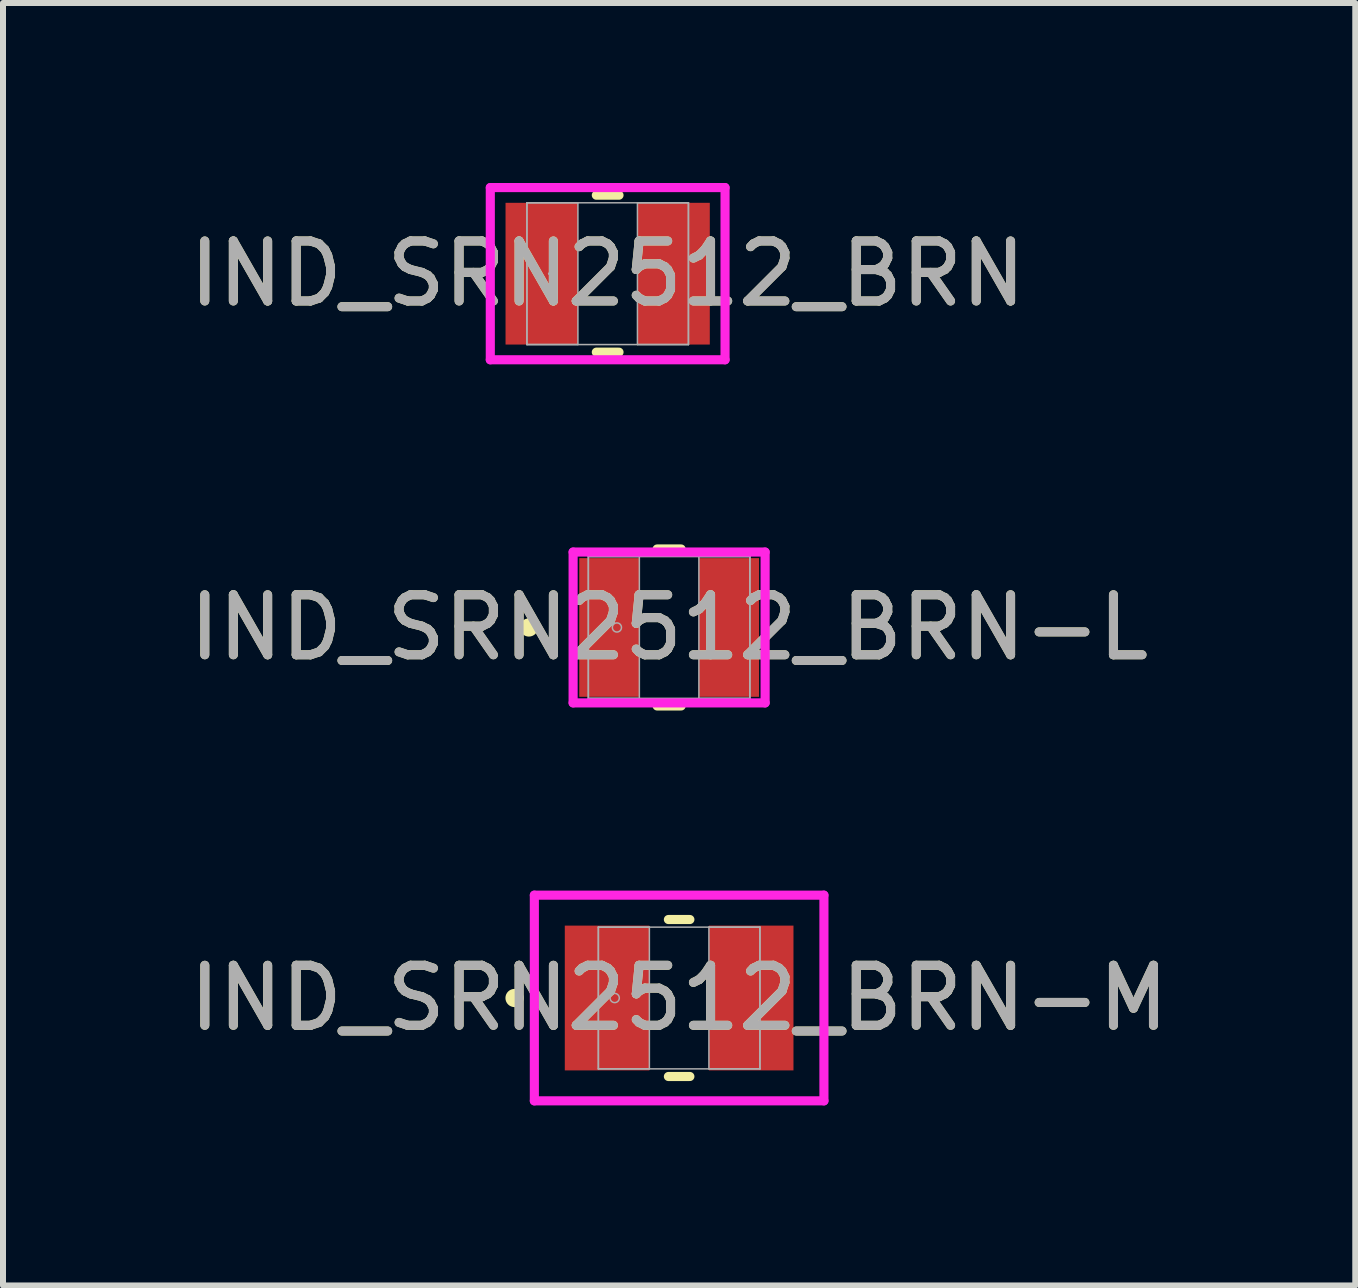
<source format=kicad_pcb>
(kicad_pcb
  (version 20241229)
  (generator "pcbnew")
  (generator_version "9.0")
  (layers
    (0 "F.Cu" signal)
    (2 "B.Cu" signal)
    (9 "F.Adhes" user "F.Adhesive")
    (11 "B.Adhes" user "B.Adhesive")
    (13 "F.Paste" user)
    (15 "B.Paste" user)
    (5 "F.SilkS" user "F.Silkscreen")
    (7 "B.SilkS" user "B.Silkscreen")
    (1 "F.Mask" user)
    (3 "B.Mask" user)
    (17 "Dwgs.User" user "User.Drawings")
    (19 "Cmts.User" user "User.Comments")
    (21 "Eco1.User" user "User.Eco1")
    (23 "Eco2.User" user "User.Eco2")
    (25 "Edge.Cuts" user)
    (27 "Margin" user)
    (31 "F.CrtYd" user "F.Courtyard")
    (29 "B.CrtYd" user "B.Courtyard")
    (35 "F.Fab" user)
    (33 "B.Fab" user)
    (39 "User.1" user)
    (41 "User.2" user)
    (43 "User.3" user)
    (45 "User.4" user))
  (footprint "IND_SRN2512_BRN-M"
    (layer "F.Cu")
    (at 8.268 13.582)
    (property "Reference" "IND_SRN2512_BRN-M" (at 0 0 0) (unlocked yes) (layer "F.SilkS") (effects (font (size 1 1) (thickness 0.15))))
    (attr smd)
    (fp_line (start -0.179 1.308) (end 0.179 1.308) (stroke (width 0.152) (type solid)) (layer "F.SilkS"))
    (fp_line (start 0.179 -1.308) (end -0.179 -1.308) (stroke (width 0.152) (type solid)) (layer "F.SilkS"))
    (fp_circle (center -2.743 0) (end -2.667 0) (stroke (width 0.152) (type solid)) (fill no) (layer "F.SilkS"))
    (fp_line (start -2.413 -1.714) (end 2.413 -1.714) (stroke (width 0.152) (type solid)) (layer "F.CrtYd"))
    (fp_line (start -2.413 1.714) (end -2.413 -1.714) (stroke (width 0.152) (type solid)) (layer "F.CrtYd"))
    (fp_line (start 2.413 -1.714) (end 2.413 1.714) (stroke (width 0.152) (type solid)) (layer "F.CrtYd"))
    (fp_line (start 2.413 1.714) (end -2.413 1.714) (stroke (width 0.152) (type solid)) (layer "F.CrtYd"))
    (fp_line (start -1.346 -1.181) (end -1.346 1.181) (stroke (width 0.025) (type solid)) (layer "F.Fab"))
    (fp_line (start -1.346 -1.181) (end -1.346 1.181) (stroke (width 0.025) (type solid)) (layer "F.Fab"))
    (fp_line (start -1.346 1.181) (end -0.496 1.181) (stroke (width 0.025) (type solid)) (layer "F.Fab"))
    (fp_line (start -1.346 1.181) (end 1.346 1.181) (stroke (width 0.025) (type solid)) (layer "F.Fab"))
    (fp_line (start -0.496 -1.181) (end -1.346 -1.181) (stroke (width 0.025) (type solid)) (layer "F.Fab"))
    (fp_line (start -0.496 1.181) (end -0.496 -1.181) (stroke (width 0.025) (type solid)) (layer "F.Fab"))
    (fp_line (start 0.496 -1.181) (end 0.496 1.181) (stroke (width 0.025) (type solid)) (layer "F.Fab"))
    (fp_line (start 0.496 1.181) (end 1.346 1.181) (stroke (width 0.025) (type solid)) (layer "F.Fab"))
    (fp_line (start 1.346 -1.181) (end -1.346 -1.181) (stroke (width 0.025) (type solid)) (layer "F.Fab"))
    (fp_line (start 1.346 -1.181) (end 0.496 -1.181) (stroke (width 0.025) (type solid)) (layer "F.Fab"))
    (fp_line (start 1.346 1.181) (end 1.346 -1.181) (stroke (width 0.025) (type solid)) (layer "F.Fab"))
    (fp_line (start 1.346 1.181) (end 1.346 -1.181) (stroke (width 0.025) (type solid)) (layer "F.Fab"))
    (fp_circle (center -1.074 0) (end -0.997 0) (stroke (width 0.025) (type solid)) (fill no) (layer "F.Fab"))
    (fp_text user "${REFERENCE}" (at 0 0 0) (unlocked yes) (layer "F.Fab") (effects (font (size 1 1) (thickness 0.15))))
    (pad "1" smd rect (at -1.201 0) (size 1.409 2.413) (layers "F.Cu" "F.Mask" "F.Paste"))
    (pad "2" smd rect (at 1.201 0) (size 1.409 2.413) (layers "F.Cu" "F.Mask" "F.Paste"))
    (zone (net_name "") (layer "F.Cu") (hatch full 0.508) (connect_pads) (min_thickness 0.254) (filled_areas_thickness no) (keepout (tracks not_allowed) (vias not_allowed) (pads allowed) (copperpour not_allowed) (footprints allowed)) (placement (enabled no)) (fill) (polygon (pts (xy 7.822 12.452) (xy 8.713 12.452) (xy 8.713 14.712) (xy 7.822 14.712)))))
  (footprint "IND_SRN2512_BRN"
    (layer "F.Cu")
    (at 7.077 1.511)
    (property "Reference" "IND_SRN2512_BRN" (at 0 0 0) (unlocked yes) (layer "F.SilkS") (effects (font (size 1 1) (thickness 0.15))))
    (attr smd)
    (fp_line (start -0.189 1.308) (end 0.189 1.308) (stroke (width 0.152) (type solid)) (layer "F.SilkS"))
    (fp_line (start 0.189 -1.308) (end -0.189 -1.308) (stroke (width 0.152) (type solid)) (layer "F.SilkS"))
    (fp_line (start -1.956 -1.435) (end 1.956 -1.435) (stroke (width 0.152) (type solid)) (layer "F.CrtYd"))
    (fp_line (start -1.956 1.435) (end -1.956 -1.435) (stroke (width 0.152) (type solid)) (layer "F.CrtYd"))
    (fp_line (start 1.956 -1.435) (end 1.956 1.435) (stroke (width 0.152) (type solid)) (layer "F.CrtYd"))
    (fp_line (start 1.956 1.435) (end -1.956 1.435) (stroke (width 0.152) (type solid)) (layer "F.CrtYd"))
    (fp_line (start -1.346 -1.181) (end -1.346 1.181) (stroke (width 0.025) (type solid)) (layer "F.Fab"))
    (fp_line (start -1.346 -1.181) (end -1.346 1.181) (stroke (width 0.025) (type solid)) (layer "F.Fab"))
    (fp_line (start -1.346 1.181) (end -0.496 1.181) (stroke (width 0.025) (type solid)) (layer "F.Fab"))
    (fp_line (start -1.346 1.181) (end 1.346 1.181) (stroke (width 0.025) (type solid)) (layer "F.Fab"))
    (fp_line (start -0.496 -1.181) (end -1.346 -1.181) (stroke (width 0.025) (type solid)) (layer "F.Fab"))
    (fp_line (start -0.496 1.181) (end -0.496 -1.181) (stroke (width 0.025) (type solid)) (layer "F.Fab"))
    (fp_line (start 0.496 -1.181) (end 0.496 1.181) (stroke (width 0.025) (type solid)) (layer "F.Fab"))
    (fp_line (start 0.496 1.181) (end 1.346 1.181) (stroke (width 0.025) (type solid)) (layer "F.Fab"))
    (fp_line (start 1.346 -1.181) (end -1.346 -1.181) (stroke (width 0.025) (type solid)) (layer "F.Fab"))
    (fp_line (start 1.346 -1.181) (end 0.496 -1.181) (stroke (width 0.025) (type solid)) (layer "F.Fab"))
    (fp_line (start 1.346 1.181) (end 1.346 -1.181) (stroke (width 0.025) (type solid)) (layer "F.Fab"))
    (fp_line (start 1.346 1.181) (end 1.346 -1.181) (stroke (width 0.025) (type solid)) (layer "F.Fab"))
    (fp_circle (center -0.972 0) (end -0.972 0) (stroke (width 0.025) (type solid)) (fill no) (layer "F.Fab"))
    (fp_text user "${REFERENCE}" (at 0 0 0) (unlocked yes) (layer "F.Fab") (effects (font (size 1 1) (thickness 0.15))))
    (pad "1" smd rect (at -1.099 0) (size 1.206 2.362) (layers "F.Cu" "F.Mask" "F.Paste"))
    (pad "2" smd rect (at 1.099 0) (size 1.206 2.362) (layers "F.Cu" "F.Mask" "F.Paste"))
    (zone (net_name "") (layer "F.Cu") (hatch full 0.508) (connect_pads) (min_thickness 0.254) (filled_areas_thickness no) (keepout (tracks not_allowed) (vias not_allowed) (pads allowed) (copperpour not_allowed) (footprints allowed)) (placement (enabled no)) (fill) (polygon (pts (xy 6.632 0.381) (xy 7.523 0.381) (xy 7.523 2.642) (xy 6.632 2.642)))))
  (footprint "IND_SRN2512_BRN-L"
    (layer "F.Cu")
    (at 8.101 7.407)
    (property "Reference" "IND_SRN2512_BRN-L" (at 0 0 0) (unlocked yes) (layer "F.SilkS") (effects (font (size 1 1) (thickness 0.15))))
    (attr smd)
    (fp_line (start -0.2 1.308) (end 0.2 1.308) (stroke (width 0.152) (type solid)) (layer "F.SilkS"))
    (fp_line (start 0.2 -1.308) (end -0.2 -1.308) (stroke (width 0.152) (type solid)) (layer "F.SilkS"))
    (fp_circle (center -2.337 0) (end -2.261 0) (stroke (width 0.152) (type solid)) (fill no) (layer "F.SilkS"))
    (fp_line (start -1.6 -1.257) (end 1.6 -1.257) (stroke (width 0.152) (type solid)) (layer "F.CrtYd"))
    (fp_line (start -1.6 1.257) (end -1.6 -1.257) (stroke (width 0.152) (type solid)) (layer "F.CrtYd"))
    (fp_line (start 1.6 -1.257) (end 1.6 1.257) (stroke (width 0.152) (type solid)) (layer "F.CrtYd"))
    (fp_line (start 1.6 1.257) (end -1.6 1.257) (stroke (width 0.152) (type solid)) (layer "F.CrtYd"))
    (fp_line (start -1.346 -1.181) (end -1.346 1.181) (stroke (width 0.025) (type solid)) (layer "F.Fab"))
    (fp_line (start -1.346 -1.181) (end -1.346 1.181) (stroke (width 0.025) (type solid)) (layer "F.Fab"))
    (fp_line (start -1.346 1.181) (end -0.496 1.181) (stroke (width 0.025) (type solid)) (layer "F.Fab"))
    (fp_line (start -1.346 1.181) (end 1.346 1.181) (stroke (width 0.025) (type solid)) (layer "F.Fab"))
    (fp_line (start -0.496 -1.181) (end -1.346 -1.181) (stroke (width 0.025) (type solid)) (layer "F.Fab"))
    (fp_line (start -0.496 1.181) (end -0.496 -1.181) (stroke (width 0.025) (type solid)) (layer "F.Fab"))
    (fp_line (start 0.496 -1.181) (end 0.496 1.181) (stroke (width 0.025) (type solid)) (layer "F.Fab"))
    (fp_line (start 0.496 1.181) (end 1.346 1.181) (stroke (width 0.025) (type solid)) (layer "F.Fab"))
    (fp_line (start 1.346 -1.181) (end -1.346 -1.181) (stroke (width 0.025) (type solid)) (layer "F.Fab"))
    (fp_line (start 1.346 -1.181) (end 0.496 -1.181) (stroke (width 0.025) (type solid)) (layer "F.Fab"))
    (fp_line (start 1.346 1.181) (end 1.346 -1.181) (stroke (width 0.025) (type solid)) (layer "F.Fab"))
    (fp_line (start 1.346 1.181) (end 1.346 -1.181) (stroke (width 0.025) (type solid)) (layer "F.Fab"))
    (fp_circle (center -0.87 0) (end -0.794 0) (stroke (width 0.025) (type solid)) (fill no) (layer "F.Fab"))
    (fp_text user "${REFERENCE}" (at 0 0 0) (unlocked yes) (layer "F.Fab") (effects (font (size 1 1) (thickness 0.15))))
    (pad "1" smd rect (at -0.997 0) (size 1.002 2.311) (layers "F.Cu" "F.Mask" "F.Paste"))
    (pad "2" smd rect (at 0.997 0) (size 1.002 2.311) (layers "F.Cu" "F.Mask" "F.Paste"))
    (zone (net_name "") (layer "F.Cu") (hatch full 0.508) (connect_pads) (min_thickness 0.254) (filled_areas_thickness no) (keepout (tracks not_allowed) (vias not_allowed) (pads allowed) (copperpour not_allowed) (footprints allowed)) (placement (enabled no)) (fill) (polygon (pts (xy 7.656 6.277) (xy 8.547 6.277) (xy 8.547 8.537) (xy 7.656 8.537)))))
  (gr_rect
    (start -3 -3)
    (end 19.536 18.373)
    (stroke (width 0.1) (type default))
    (fill no)
    (layer "Edge.Cuts")))
</source>
